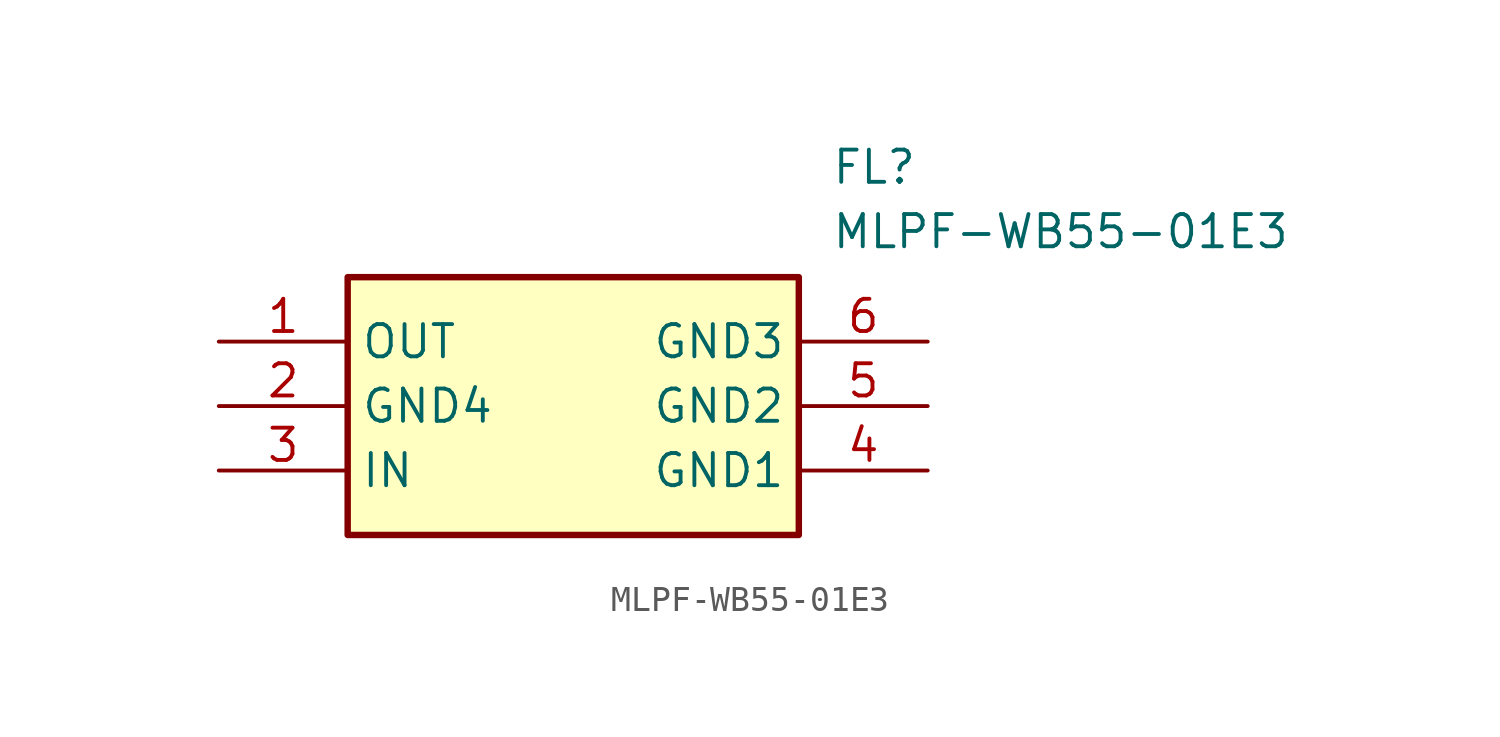
<source format=kicad_sym>
(kicad_symbol_lib
  (version 20211014)
  (generator SamacSys_ECAD_Model)
  (symbol "MLPF-WB55-01E3"
    (property "Reference" "FL"
      (at 24.13 7.62 0)
      (effects (font (size 1.27 1.27)) (justify left top)))
    (property "Value" "MLPF-WB55-01E3"
      (at 24.13 5.08 0)
      (effects (font (size 1.27 1.27)) (justify left top)))
    (rectangle
      (start 5.08 2.54)
      (end 22.86 -7.62)
      (stroke (width 0.254) (type default))
      (fill (type background)))
    (pin passive line
      (at 0 0 0)
      (length 5.08)
      (name "OUT" (effects (font (size 1.27 1.27))))
      (number "1" (effects (font (size 1.27 1.27)))))
    (pin passive line
      (at 0 -2.54 0)
      (length 5.08)
      (name "GND4" (effects (font (size 1.27 1.27))))
      (number "2" (effects (font (size 1.27 1.27)))))
    (pin passive line
      (at 0 -5.08 0)
      (length 5.08)
      (name "IN" (effects (font (size 1.27 1.27))))
      (number "3" (effects (font (size 1.27 1.27)))))
    (pin passive line
      (at 27.94 -5.08 180)
      (length 5.08)
      (name "GND1" (effects (font (size 1.27 1.27))))
      (number "4" (effects (font (size 1.27 1.27)))))
    (pin passive line
      (at 27.94 -2.54 180)
      (length 5.08)
      (name "GND2" (effects (font (size 1.27 1.27))))
      (number "5" (effects (font (size 1.27 1.27)))))
    (pin passive line
      (at 27.94 0 180)
      (length 5.08)
      (name "GND3" (effects (font (size 1.27 1.27))))
      (number "6" (effects (font (size 1.27 1.27)))))))
</source>
